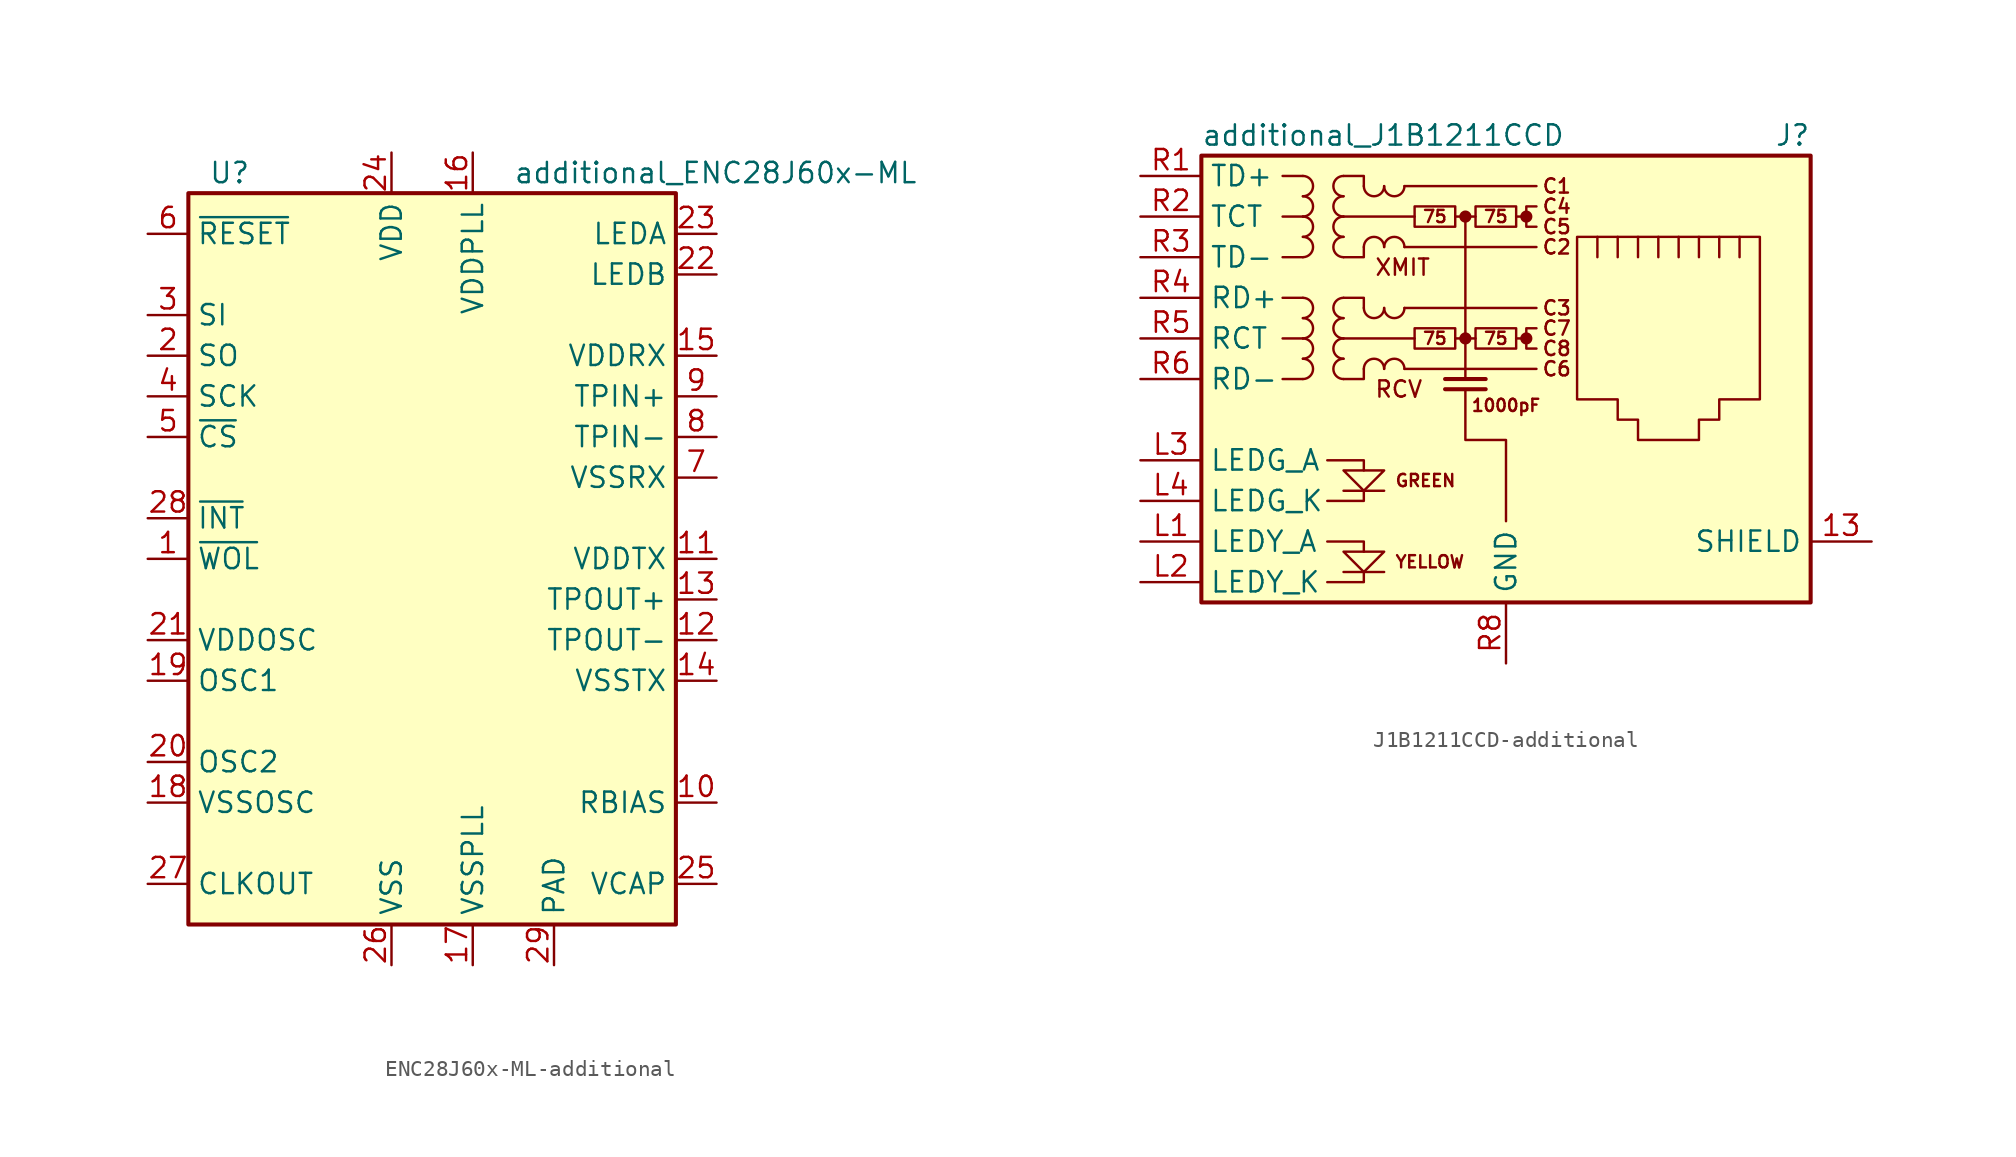
<source format=kicad_sym>
(kicad_symbol_lib
  (version 20220914)
  (generator kicad_symbol_editor)
  (symbol "ENC28J60x-ML-additional"
    (property "Reference" "U"
      (at -13.97 24.13 0)
      (effects (font (size 1.27 1.27)) (justify left)))
    (property "Value" "additional_ENC28J60x-ML"
      (at 5.08 24.13 0)
      (effects (font (size 1.27 1.27)) (justify left)))
    (symbol "ENC28J60x-ML-additional_0_1"
      (rectangle (start -15.24 22.86) (end 15.24 -22.86) (stroke (width 0.254) (type solid)) (fill (type background))))
    (symbol "ENC28J60x-ML-additional_1_1"
      (pin output line (at -17.78 0 0) (length 2.54) (name "~{WOL}" (effects (font (size 1.27 1.27)))) (number "1" (effects (font (size 1.27 1.27)))))
      (pin input line (at 17.78 -15.24 180) (length 2.54) (name "RBIAS" (effects (font (size 1.27 1.27)))) (number "10" (effects (font (size 1.27 1.27)))))
      (pin power_in line (at 17.78 0 180) (length 2.54) (name "VDDTX" (effects (font (size 1.27 1.27)))) (number "11" (effects (font (size 1.27 1.27)))))
      (pin output line (at 17.78 -5.08 180) (length 2.54) (name "TPOUT-" (effects (font (size 1.27 1.27)))) (number "12" (effects (font (size 1.27 1.27)))))
      (pin output line (at 17.78 -2.54 180) (length 2.54) (name "TPOUT+" (effects (font (size 1.27 1.27)))) (number "13" (effects (font (size 1.27 1.27)))))
      (pin power_out line (at 17.78 -7.62 180) (length 2.54) (name "VSSTX" (effects (font (size 1.27 1.27)))) (number "14" (effects (font (size 1.27 1.27)))))
      (pin power_in line (at 17.78 12.7 180) (length 2.54) (name "VDDRX" (effects (font (size 1.27 1.27)))) (number "15" (effects (font (size 1.27 1.27)))))
      (pin power_in line (at 2.54 25.4 270) (length 2.54) (name "VDDPLL" (effects (font (size 1.27 1.27)))) (number "16" (effects (font (size 1.27 1.27)))))
      (pin power_in line (at 2.54 -25.4 90) (length 2.54) (name "VSSPLL" (effects (font (size 1.27 1.27)))) (number "17" (effects (font (size 1.27 1.27)))))
      (pin power_in line (at -17.78 -15.24 0) (length 2.54) (name "VSSOSC" (effects (font (size 1.27 1.27)))) (number "18" (effects (font (size 1.27 1.27)))))
      (pin input line (at -17.78 -7.62 0) (length 2.54) (name "OSC1" (effects (font (size 1.27 1.27)))) (number "19" (effects (font (size 1.27 1.27)))))
      (pin output line (at -17.78 12.7 0) (length 2.54) (name "SO" (effects (font (size 1.27 1.27)))) (number "2" (effects (font (size 1.27 1.27)))))
      (pin output line (at -17.78 -12.7 0) (length 2.54) (name "OSC2" (effects (font (size 1.27 1.27)))) (number "20" (effects (font (size 1.27 1.27)))))
      (pin power_in line (at -17.78 -5.08 0) (length 2.54) (name "VDDOSC" (effects (font (size 1.27 1.27)))) (number "21" (effects (font (size 1.27 1.27)))))
      (pin output line (at 17.78 17.78 180) (length 2.54) (name "LEDB" (effects (font (size 1.27 1.27)))) (number "22" (effects (font (size 1.27 1.27)))))
      (pin output line (at 17.78 20.32 180) (length 2.54) (name "LEDA" (effects (font (size 1.27 1.27)))) (number "23" (effects (font (size 1.27 1.27)))))
      (pin power_in line (at -2.54 25.4 270) (length 2.54) (name "VDD" (effects (font (size 1.27 1.27)))) (number "24" (effects (font (size 1.27 1.27)))))
      (pin input line (at 17.78 -20.32 180) (length 2.54) (name "VCAP" (effects (font (size 1.27 1.27)))) (number "25" (effects (font (size 1.27 1.27)))))
      (pin power_in line (at -2.54 -25.4 90) (length 2.54) (name "VSS" (effects (font (size 1.27 1.27)))) (number "26" (effects (font (size 1.27 1.27)))))
      (pin output line (at -17.78 -20.32 0) (length 2.54) (name "CLKOUT" (effects (font (size 1.27 1.27)))) (number "27" (effects (font (size 1.27 1.27)))))
      (pin output line (at -17.78 2.54 0) (length 2.54) (name "~{INT}" (effects (font (size 1.27 1.27)))) (number "28" (effects (font (size 1.27 1.27)))))
      (pin power_in line (at 7.62 -25.4 90) (length 2.54) (name "PAD" (effects (font (size 1.27 1.27)))) (number "29" (effects (font (size 1.27 1.27)))))
      (pin input line (at -17.78 15.24 0) (length 2.54) (name "SI" (effects (font (size 1.27 1.27)))) (number "3" (effects (font (size 1.27 1.27)))))
      (pin input line (at -17.78 10.16 0) (length 2.54) (name "SCK" (effects (font (size 1.27 1.27)))) (number "4" (effects (font (size 1.27 1.27)))))
      (pin input line (at -17.78 7.62 0) (length 2.54) (name "~{CS}" (effects (font (size 1.27 1.27)))) (number "5" (effects (font (size 1.27 1.27)))))
      (pin input line (at -17.78 20.32 0) (length 2.54) (name "~{RESET}" (effects (font (size 1.27 1.27)))) (number "6" (effects (font (size 1.27 1.27)))))
      (pin power_out line (at 17.78 5.08 180) (length 2.54) (name "VSSRX" (effects (font (size 1.27 1.27)))) (number "7" (effects (font (size 1.27 1.27)))))
      (pin input line (at 17.78 7.62 180) (length 2.54) (name "TPIN-" (effects (font (size 1.27 1.27)))) (number "8" (effects (font (size 1.27 1.27)))))
      (pin input line (at 17.78 10.16 180) (length 2.54) (name "TPIN+" (effects (font (size 1.27 1.27)))) (number "9" (effects (font (size 1.27 1.27)))))))
  (symbol "J1B1211CCD-additional"
    (property "Reference" "J"
      (at 19.05 15.24 0)
      (effects (font (size 1.27 1.27)) (justify right)))
    (property "Value" "additional_J1B1211CCD"
      (at -19.05 15.24 0)
      (effects (font (size 1.27 1.27)) (justify left)))
    (symbol "J1B1211CCD-additional_0_0"
      (circle (center -2.54 2.54) (radius 0.254) (stroke (width 0.254) (type solid)) (fill (type outline)))
      (circle (center -2.54 10.16) (radius 0.254) (stroke (width 0.254) (type solid)) (fill (type outline)))
      (polyline (pts (xy -7.62 -12.065) (xy -10.16 -12.065)) (stroke (width 0) (type solid)) (fill (type none)))
      (polyline (pts (xy -7.62 -6.985) (xy -10.16 -6.985)) (stroke (width 0) (type solid)) (fill (type none)))
      (polyline (pts (xy -2.54 10.16) (xy -2.54 0)) (stroke (width 0) (type solid)) (fill (type none)))
      (polyline (pts (xy -1.27 -0.635) (xy -3.81 -0.635)) (stroke (width 0.254) (type solid)) (fill (type none)))
      (polyline (pts (xy -1.27 0) (xy -3.81 0)) (stroke (width 0.254) (type solid)) (fill (type none)))
      (polyline (pts (xy 1.27 2.54) (xy 0.635 2.54)) (stroke (width 0) (type solid)) (fill (type none)))
      (polyline (pts (xy 1.27 10.16) (xy 0.635 10.16)) (stroke (width 0) (type solid)) (fill (type none)))
      (polyline (pts (xy -11.176 -12.7) (xy -8.89 -12.7) (xy -8.89 -12.065)) (stroke (width 0) (type solid)) (fill (type none)))
      (polyline (pts (xy -11.176 -10.16) (xy -8.89 -10.16) (xy -8.89 -10.795)) (stroke (width 0) (type solid)) (fill (type none)))
      (polyline (pts (xy -11.176 -5.08) (xy -8.89 -5.08) (xy -8.89 -5.715)) (stroke (width 0) (type solid)) (fill (type none)))
      (polyline (pts (xy -8.89 -6.985) (xy -8.89 -7.62) (xy -11.176 -7.62)) (stroke (width 0) (type solid)) (fill (type none)))
      (polyline (pts (xy -10.16 -5.715) (xy -7.62 -5.715) (xy -8.89 -6.985) (xy -10.16 -5.715)) (stroke (width 0) (type solid)) (fill (type none)))
      (polyline (pts (xy -7.62 -10.795) (xy -10.16 -10.795) (xy -8.89 -12.065) (xy -7.62 -10.795)) (stroke (width 0) (type solid)) (fill (type none)))
      (polyline (pts (xy -2.54 -0.635) (xy -2.54 -3.81) (xy 0 -3.81) (xy 0 -8.89)) (stroke (width 0) (type solid)) (fill (type none)))
      (polyline (pts (xy 1.905 3.175) (xy 1.27 3.175) (xy 1.27 1.905) (xy 1.905 1.905)) (stroke (width 0) (type solid)) (fill (type none)))
      (polyline (pts (xy 1.905 10.795) (xy 1.27 10.795) (xy 1.27 9.525) (xy 1.905 9.525)) (stroke (width 0) (type solid)) (fill (type none)))
      (circle (center 1.27 2.54) (radius 0.254) (stroke (width 0.254) (type solid)) (fill (type outline)))
      (circle (center 1.27 10.16) (radius 0.254) (stroke (width 0.254) (type solid)) (fill (type outline)))
      (text "1000pF" (at 0 -1.651 0) (effects (font (size 0.762 0.762))))
      (text "75" (at -4.445 2.54 0) (effects (font (size 0.762 0.762))))
      (text "75" (at -4.445 10.16 0) (effects (font (size 0.762 0.762))))
      (text "75" (at -0.635 2.54 0) (effects (font (size 0.762 0.762))))
      (text "75" (at -0.635 10.16 0) (effects (font (size 0.762 0.762))))
      (text "C1" (at 3.175 12.065 0) (effects (font (size 0.889 0.889))))
      (text "C2" (at 3.175 8.255 0) (effects (font (size 0.889 0.889))))
      (text "C3" (at 3.175 4.445 0) (effects (font (size 0.889 0.889))))
      (text "C4" (at 3.175 10.795 0) (effects (font (size 0.889 0.889))))
      (text "C5" (at 3.175 9.525 0) (effects (font (size 0.889 0.889))))
      (text "C6" (at 3.175 0.635 0) (effects (font (size 0.889 0.889))))
      (text "C7" (at 3.175 3.175 0) (effects (font (size 0.889 0.889))))
      (text "C8" (at 3.175 1.905 0) (effects (font (size 0.889 0.889))))
      (text "GREEN" (at -6.985 -6.35 0) (effects (font (size 0.762 0.762)) (justify left)))
      (text "RCV" (at -8.255 -0.635 0) (effects (font (size 1.016 1.016)) (justify left)))
      (text "XMIT" (at -8.255 6.985 0) (effects (font (size 1.016 1.016)) (justify left)))
      (text "YELLOW" (at -6.985 -11.43 0) (effects (font (size 0.762 0.762)) (justify left))))
    (symbol "J1B1211CCD-additional_0_1"
      (rectangle (start -19.05 -13.97) (end 19.05 13.97) (stroke (width 0.254) (type solid)) (fill (type background)))
      (arc (start -12.7 0) (mid -12.0677 0.635) (end -12.7 1.27) (stroke (width 0) (type solid)) (fill (type none)))
      (arc (start -12.7 1.27) (mid -12.0677 1.905) (end -12.7 2.54) (stroke (width 0) (type solid)) (fill (type none)))
      (arc (start -12.7 2.54) (mid -12.0677 3.175) (end -12.7 3.81) (stroke (width 0) (type solid)) (fill (type none)))
      (arc (start -12.7 3.81) (mid -12.0677 4.445) (end -12.7 5.08) (stroke (width 0) (type solid)) (fill (type none)))
      (arc (start -12.7 7.62) (mid -12.0677 8.255) (end -12.7 8.89) (stroke (width 0) (type solid)) (fill (type none)))
      (arc (start -12.7 8.89) (mid -12.0677 9.525) (end -12.7 10.16) (stroke (width 0) (type solid)) (fill (type none)))
      (arc (start -12.7 10.16) (mid -12.0677 10.795) (end -12.7 11.43) (stroke (width 0) (type solid)) (fill (type none)))
      (arc (start -12.7 11.43) (mid -12.0677 12.065) (end -12.7 12.7) (stroke (width 0) (type solid)) (fill (type none)))
      (arc (start -10.16 1.27) (mid -10.7923 0.635) (end -10.16 0) (stroke (width 0) (type solid)) (fill (type none)))
      (arc (start -10.16 2.54) (mid -10.7923 1.905) (end -10.16 1.27) (stroke (width 0) (type solid)) (fill (type none)))
      (arc (start -10.16 3.81) (mid -10.7923 3.175) (end -10.16 2.54) (stroke (width 0) (type solid)) (fill (type none)))
      (arc (start -10.16 5.08) (mid -10.7923 4.445) (end -10.16 3.81) (stroke (width 0) (type solid)) (fill (type none)))
      (arc (start -10.16 8.89) (mid -10.7923 8.255) (end -10.16 7.62) (stroke (width 0) (type solid)) (fill (type none)))
      (arc (start -10.16 10.16) (mid -10.7923 9.525) (end -10.16 8.89) (stroke (width 0) (type solid)) (fill (type none)))
      (arc (start -10.16 11.43) (mid -10.7923 10.795) (end -10.16 10.16) (stroke (width 0) (type solid)) (fill (type none)))
      (arc (start -10.16 12.7) (mid -10.7923 12.065) (end -10.16 11.43) (stroke (width 0) (type solid)) (fill (type none)))
      (arc (start -8.89 4.445) (mid -8.255 3.8127) (end -7.62 4.445) (stroke (width 0) (type solid)) (fill (type none)))
      (arc (start -8.89 12.065) (mid -8.255 11.4327) (end -7.62 12.065) (stroke (width 0) (type solid)) (fill (type none)))
      (arc (start -7.62 0.635) (mid -8.255 1.2673) (end -8.89 0.635) (stroke (width 0) (type solid)) (fill (type none)))
      (arc (start -7.62 4.445) (mid -6.985 3.8127) (end -6.35 4.445) (stroke (width 0) (type solid)) (fill (type none)))
      (arc (start -7.62 8.255) (mid -8.255 8.8873) (end -8.89 8.255) (stroke (width 0) (type solid)) (fill (type none)))
      (arc (start -7.62 12.065) (mid -6.985 11.4327) (end -6.35 12.065) (stroke (width 0) (type solid)) (fill (type none)))
      (arc (start -6.35 0.635) (mid -6.985 1.2673) (end -7.62 0.635) (stroke (width 0) (type solid)) (fill (type none)))
      (arc (start -6.35 8.255) (mid -6.985 8.8873) (end -7.62 8.255) (stroke (width 0) (type solid)) (fill (type none)))
      (rectangle (start -5.715 3.175) (end -3.175 1.905) (stroke (width 0) (type solid)) (fill (type none)))
      (rectangle (start -5.715 10.795) (end -3.175 9.525) (stroke (width 0) (type solid)) (fill (type none)))
      (rectangle (start -1.905 3.175) (end 0.635 1.905) (stroke (width 0) (type solid)) (fill (type none)))
      (rectangle (start -1.905 10.795) (end 0.635 9.525) (stroke (width 0) (type solid)) (fill (type none)))
      (polyline (pts (xy -12.7 0) (xy -13.97 0)) (stroke (width 0) (type solid)) (fill (type none)))
      (polyline (pts (xy -12.7 2.54) (xy -13.97 2.54)) (stroke (width 0) (type solid)) (fill (type none)))
      (polyline (pts (xy -12.7 5.08) (xy -13.97 5.08)) (stroke (width 0) (type solid)) (fill (type none)))
      (polyline (pts (xy -12.7 7.62) (xy -13.97 7.62)) (stroke (width 0) (type solid)) (fill (type none)))
      (polyline (pts (xy -12.7 10.16) (xy -13.97 10.16)) (stroke (width 0) (type solid)) (fill (type none)))
      (polyline (pts (xy -12.7 12.7) (xy -13.97 12.7)) (stroke (width 0) (type solid)) (fill (type none)))
      (polyline (pts (xy -6.35 0.635) (xy 1.905 0.635)) (stroke (width 0) (type solid)) (fill (type none)))
      (polyline (pts (xy -6.35 4.445) (xy 1.905 4.445)) (stroke (width 0) (type solid)) (fill (type none)))
      (polyline (pts (xy -6.35 8.255) (xy 1.905 8.255)) (stroke (width 0) (type solid)) (fill (type none)))
      (polyline (pts (xy -6.35 12.065) (xy 1.905 12.065)) (stroke (width 0) (type solid)) (fill (type none)))
      (polyline (pts (xy -5.715 2.54) (xy -10.16 2.54)) (stroke (width 0) (type solid)) (fill (type none)))
      (polyline (pts (xy -5.715 10.16) (xy -10.16 10.16)) (stroke (width 0) (type solid)) (fill (type none)))
      (polyline (pts (xy -3.175 2.54) (xy -1.905 2.54)) (stroke (width 0) (type solid)) (fill (type none)))
      (polyline (pts (xy -3.175 10.16) (xy -1.905 10.16)) (stroke (width 0) (type solid)) (fill (type none)))
      (polyline (pts (xy 5.715 7.62) (xy 5.715 8.89)) (stroke (width 0) (type solid)) (fill (type none)))
      (polyline (pts (xy 6.985 8.89) (xy 6.985 7.62)) (stroke (width 0) (type solid)) (fill (type none)))
      (polyline (pts (xy 8.255 8.89) (xy 8.255 7.62)) (stroke (width 0) (type solid)) (fill (type none)))
      (polyline (pts (xy 9.525 8.89) (xy 9.525 7.62)) (stroke (width 0) (type solid)) (fill (type none)))
      (polyline (pts (xy 10.795 8.89) (xy 10.795 7.62)) (stroke (width 0) (type solid)) (fill (type none)))
      (polyline (pts (xy 12.065 8.89) (xy 12.065 7.62)) (stroke (width 0) (type solid)) (fill (type none)))
      (polyline (pts (xy 13.335 7.62) (xy 13.335 8.89)) (stroke (width 0) (type solid)) (fill (type none)))
      (polyline (pts (xy 14.605 7.62) (xy 14.605 8.89)) (stroke (width 0) (type solid)) (fill (type none)))
      (polyline (pts (xy -10.16 5.08) (xy -8.89 5.08) (xy -8.89 4.445)) (stroke (width 0) (type solid)) (fill (type none)))
      (polyline (pts (xy -10.16 12.7) (xy -8.89 12.7) (xy -8.89 12.065)) (stroke (width 0) (type solid)) (fill (type none)))
      (polyline (pts (xy -8.89 0.635) (xy -8.89 0) (xy -10.16 0)) (stroke (width 0) (type solid)) (fill (type none)))
      (polyline (pts (xy -8.89 8.255) (xy -8.89 7.62) (xy -10.16 7.62)) (stroke (width 0) (type solid)) (fill (type none)))
      (polyline (pts (xy 4.445 8.89) (xy 15.875 8.89) (xy 15.875 -1.27) (xy 13.335 -1.27) (xy 13.335 -2.54) (xy 12.065 -2.54) (xy 12.065 -3.81) (xy 8.255 -3.81) (xy 8.255 -2.54) (xy 6.985 -2.54) (xy 6.985 -1.27) (xy 4.445 -1.27) (xy 4.445 8.89)) (stroke (width 0) (type solid)) (fill (type none))))
    (symbol "J1B1211CCD-additional_1_1"
      (pin passive line (at 22.86 -10.16 180) (length 3.81) (name "SHIELD" (effects (font (size 1.27 1.27)))) (number "13" (effects (font (size 1.27 1.27)))))
      (pin passive line (at -22.86 -10.16 0) (length 3.81) (name "LEDY_A" (effects (font (size 1.27 1.27)))) (number "L1" (effects (font (size 1.27 1.27)))))
      (pin passive line (at -22.86 -12.7 0) (length 3.81) (name "LEDY_K" (effects (font (size 1.27 1.27)))) (number "L2" (effects (font (size 1.27 1.27)))))
      (pin passive line (at -22.86 -5.08 0) (length 3.81) (name "LEDG_A" (effects (font (size 1.27 1.27)))) (number "L3" (effects (font (size 1.27 1.27)))))
      (pin passive line (at -22.86 -7.62 0) (length 3.81) (name "LEDG_K" (effects (font (size 1.27 1.27)))) (number "L4" (effects (font (size 1.27 1.27)))))
      (pin passive line (at -22.86 12.7 0) (length 3.81) (name "TD+" (effects (font (size 1.27 1.27)))) (number "R1" (effects (font (size 1.27 1.27)))))
      (pin passive line (at -22.86 10.16 0) (length 3.81) (name "TCT" (effects (font (size 1.27 1.27)))) (number "R2" (effects (font (size 1.27 1.27)))))
      (pin passive line (at -22.86 7.62 0) (length 3.81) (name "TD-" (effects (font (size 1.27 1.27)))) (number "R3" (effects (font (size 1.27 1.27)))))
      (pin passive line (at -22.86 5.08 0) (length 3.81) (name "RD+" (effects (font (size 1.27 1.27)))) (number "R4" (effects (font (size 1.27 1.27)))))
      (pin passive line (at -22.86 2.54 0) (length 3.81) (name "RCT" (effects (font (size 1.27 1.27)))) (number "R5" (effects (font (size 1.27 1.27)))))
      (pin passive line (at -22.86 0 0) (length 3.81) (name "RD-" (effects (font (size 1.27 1.27)))) (number "R6" (effects (font (size 1.27 1.27)))))
      (pin no_connect line (at 5.08 -5.08 0) (length 0) hide (name "NC" (effects (font (size 1.27 1.27)))) (number "R7" (effects (font (size 1.27 1.27)))))
      (pin power_in line (at 0 -17.78 90) (length 3.81) (name "GND" (effects (font (size 1.27 1.27)))) (number "R8" (effects (font (size 1.27 1.27))))))))
</source>
